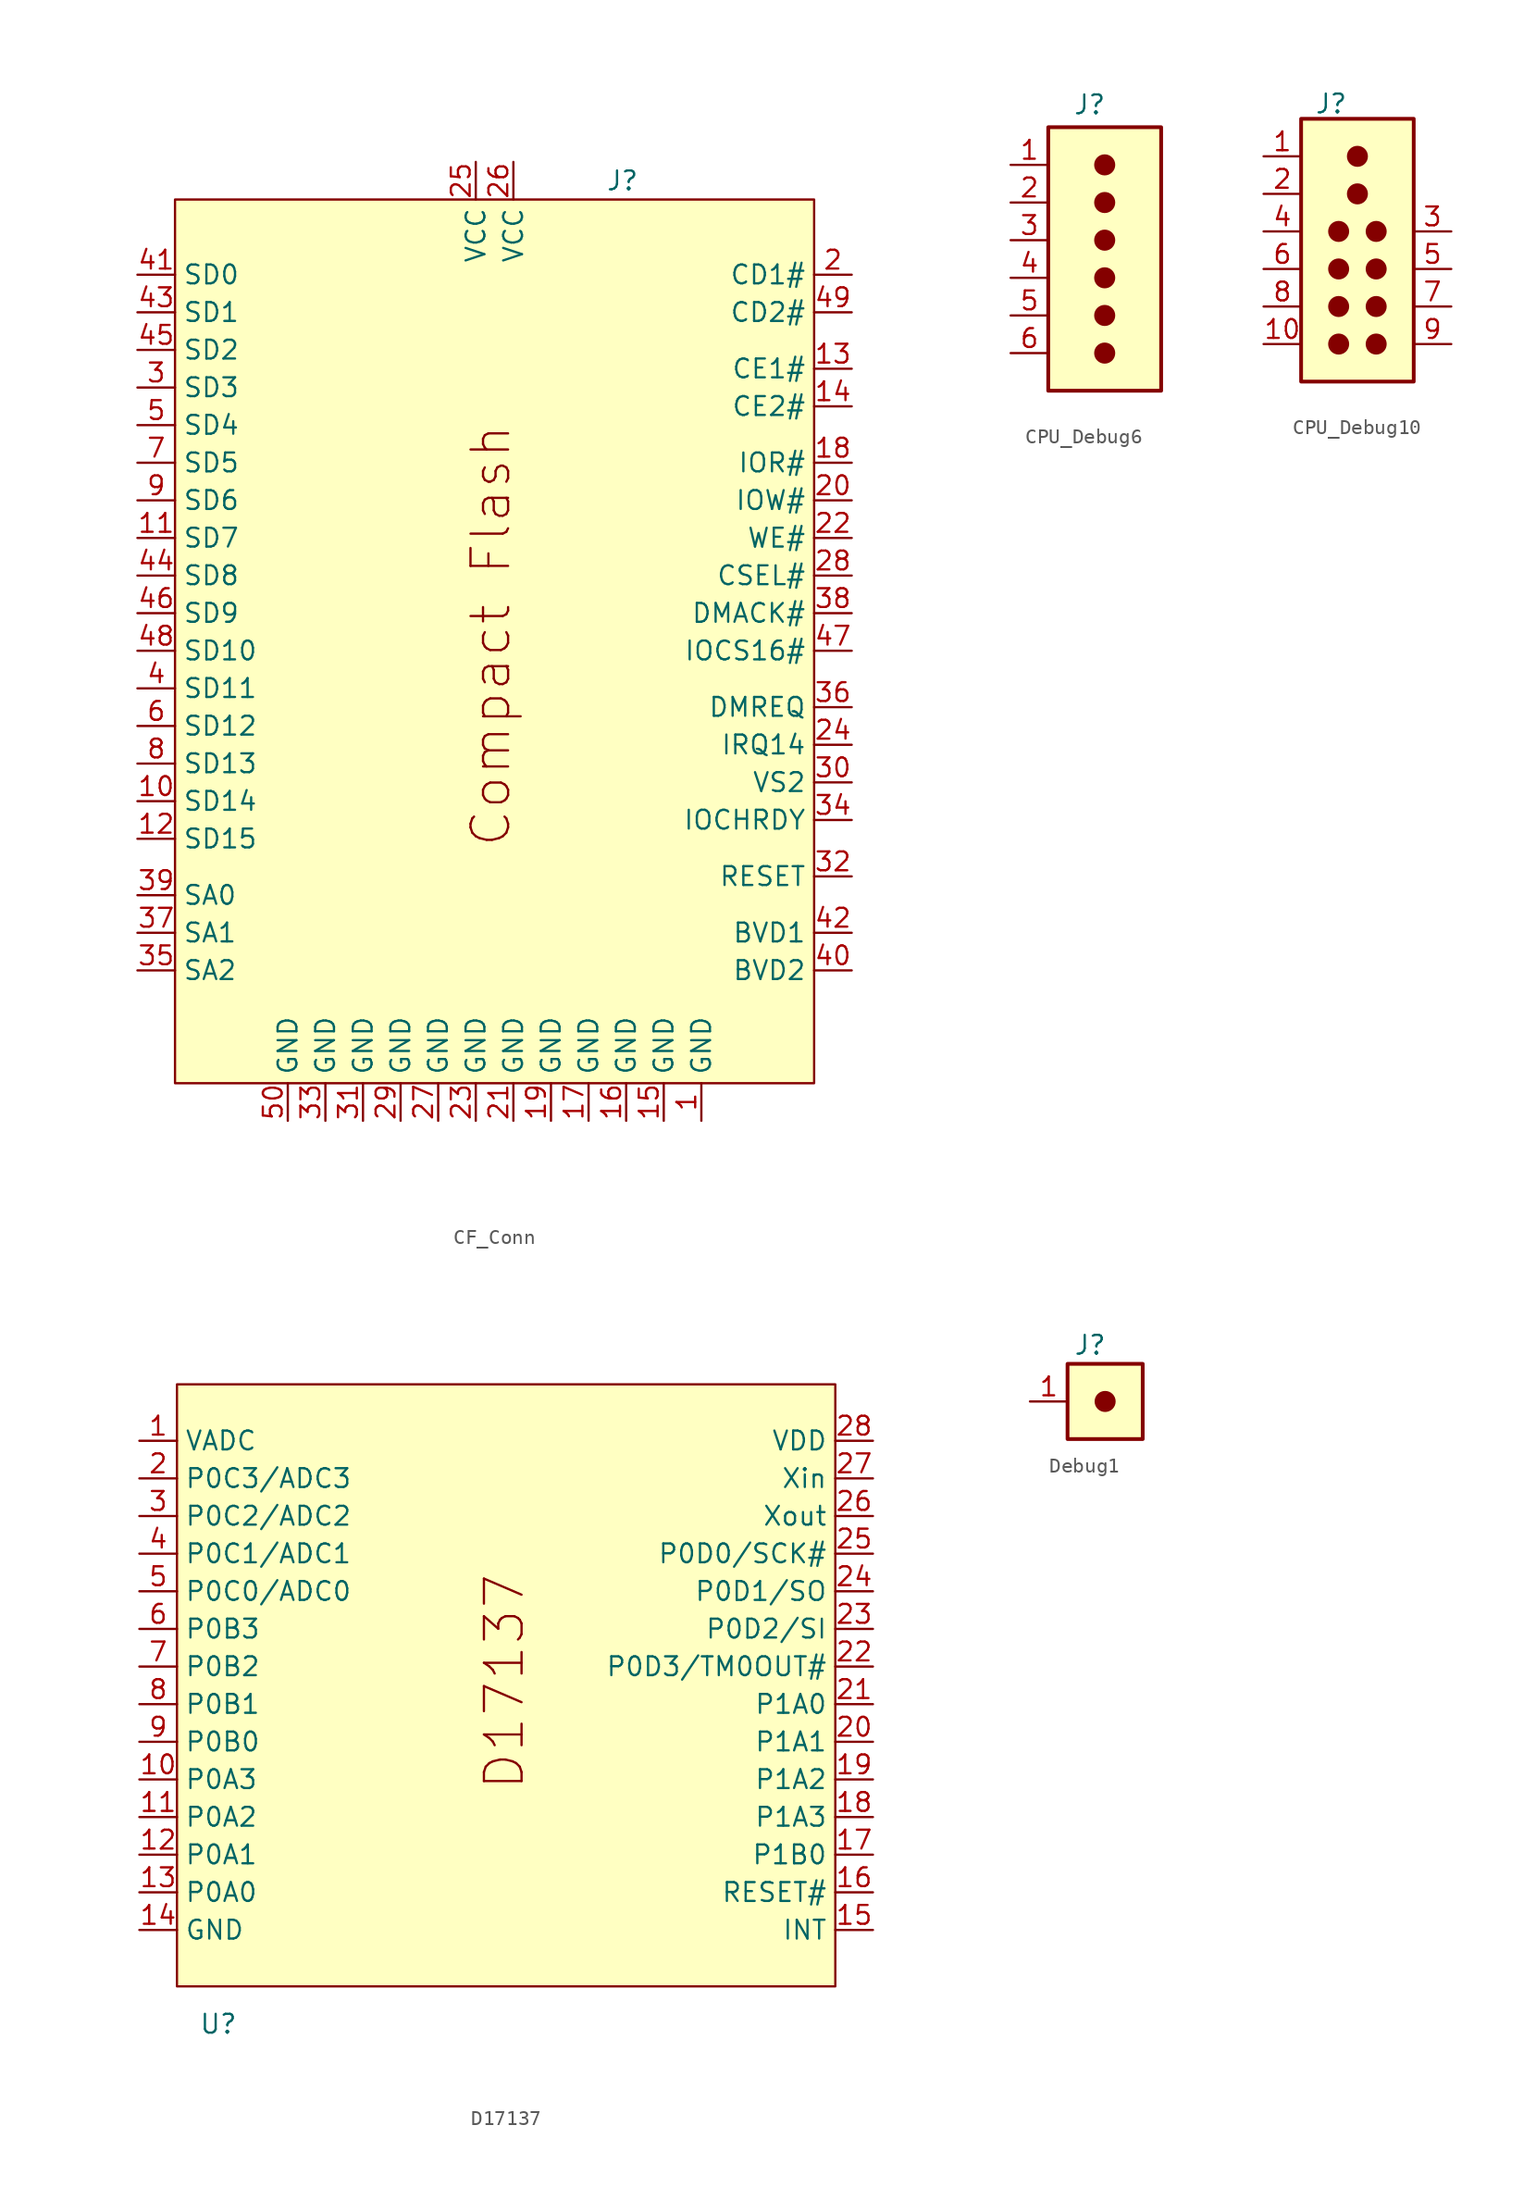
<source format=kicad_sym>
(kicad_symbol_lib
  (version 20241209)
  (generator "kicad_symbol_editor")
  (generator_version "9.0")
  (symbol "CF_Conn"
    (property "Reference" "J"
      (at 8.636 30.48 0)
      (effects (font (size 1.27 1.27))))
    (property "Value" ""
      (at 0 0 0)
      (effects (font (size 1.27 1.27))))
    (symbol "CF_Conn_1_1"
      (rectangle (start -21.59 29.21) (end 21.59 -30.48) (stroke (width 0) (type solid)) (fill (type color) (color 255 255 194 1)))
      (text "Compact Flash" (at -0.254 -0.254 900) (effects (font (size 2.54 2.54))))
      (pin bidirectional line (at -24.13 24.13 0) (length 2.54) (name "SD0" (effects (font (size 1.27 1.27)))) (number "41" (effects (font (size 1.27 1.27)))))
      (pin bidirectional line (at -24.13 21.59 0) (length 2.54) (name "SD1" (effects (font (size 1.27 1.27)))) (number "43" (effects (font (size 1.27 1.27)))))
      (pin bidirectional line (at -24.13 19.05 0) (length 2.54) (name "SD2" (effects (font (size 1.27 1.27)))) (number "45" (effects (font (size 1.27 1.27)))))
      (pin bidirectional line (at -24.13 16.51 0) (length 2.54) (name "SD3" (effects (font (size 1.27 1.27)))) (number "3" (effects (font (size 1.27 1.27)))))
      (pin bidirectional line (at -24.13 13.97 0) (length 2.54) (name "SD4" (effects (font (size 1.27 1.27)))) (number "5" (effects (font (size 1.27 1.27)))))
      (pin bidirectional line (at -24.13 11.43 0) (length 2.54) (name "SD5" (effects (font (size 1.27 1.27)))) (number "7" (effects (font (size 1.27 1.27)))))
      (pin bidirectional line (at -24.13 8.89 0) (length 2.54) (name "SD6" (effects (font (size 1.27 1.27)))) (number "9" (effects (font (size 1.27 1.27)))))
      (pin bidirectional line (at -24.13 6.35 0) (length 2.54) (name "SD7" (effects (font (size 1.27 1.27)))) (number "11" (effects (font (size 1.27 1.27)))))
      (pin bidirectional line (at -24.13 3.81 0) (length 2.54) (name "SD8" (effects (font (size 1.27 1.27)))) (number "44" (effects (font (size 1.27 1.27)))))
      (pin bidirectional line (at -24.13 1.27 0) (length 2.54) (name "SD9" (effects (font (size 1.27 1.27)))) (number "46" (effects (font (size 1.27 1.27)))))
      (pin bidirectional line (at -24.13 -1.27 0) (length 2.54) (name "SD10" (effects (font (size 1.27 1.27)))) (number "48" (effects (font (size 1.27 1.27)))))
      (pin bidirectional line (at -24.13 -3.81 0) (length 2.54) (name "SD11" (effects (font (size 1.27 1.27)))) (number "4" (effects (font (size 1.27 1.27)))))
      (pin bidirectional line (at -24.13 -6.35 0) (length 2.54) (name "SD12" (effects (font (size 1.27 1.27)))) (number "6" (effects (font (size 1.27 1.27)))))
      (pin bidirectional line (at -24.13 -8.89 0) (length 2.54) (name "SD13" (effects (font (size 1.27 1.27)))) (number "8" (effects (font (size 1.27 1.27)))))
      (pin bidirectional line (at -24.13 -11.43 0) (length 2.54) (name "SD14" (effects (font (size 1.27 1.27)))) (number "10" (effects (font (size 1.27 1.27)))))
      (pin bidirectional line (at -24.13 -13.97 0) (length 2.54) (name "SD15" (effects (font (size 1.27 1.27)))) (number "12" (effects (font (size 1.27 1.27)))))
      (pin bidirectional line (at -24.13 -17.78 0) (length 2.54) (name "SA0" (effects (font (size 1.27 1.27)))) (number "39" (effects (font (size 1.27 1.27)))))
      (pin bidirectional line (at -24.13 -20.32 0) (length 2.54) (name "SA1" (effects (font (size 1.27 1.27)))) (number "37" (effects (font (size 1.27 1.27)))))
      (pin bidirectional line (at -24.13 -22.86 0) (length 2.54) (name "SA2" (effects (font (size 1.27 1.27)))) (number "35" (effects (font (size 1.27 1.27)))))
      (pin power_in line (at -13.97 -33.02 90) (length 2.54) (name "GND" (effects (font (size 1.27 1.27)))) (number "50" (effects (font (size 1.27 1.27)))))
      (pin power_in line (at -11.43 -33.02 90) (length 2.54) (name "GND" (effects (font (size 1.27 1.27)))) (number "33" (effects (font (size 1.27 1.27)))))
      (pin power_in line (at -8.89 -33.02 90) (length 2.54) (name "GND" (effects (font (size 1.27 1.27)))) (number "31" (effects (font (size 1.27 1.27)))))
      (pin power_in line (at -6.35 -33.02 90) (length 2.54) (name "GND" (effects (font (size 1.27 1.27)))) (number "29" (effects (font (size 1.27 1.27)))))
      (pin power_in line (at -3.81 -33.02 90) (length 2.54) (name "GND" (effects (font (size 1.27 1.27)))) (number "27" (effects (font (size 1.27 1.27)))))
      (pin power_in line (at -1.27 31.75 270) (length 2.54) (name "VCC" (effects (font (size 1.27 1.27)))) (number "25" (effects (font (size 1.27 1.27)))))
      (pin power_in line (at -1.27 -33.02 90) (length 2.54) (name "GND" (effects (font (size 1.27 1.27)))) (number "23" (effects (font (size 1.27 1.27)))))
      (pin power_in line (at 1.27 31.75 270) (length 2.54) (name "VCC" (effects (font (size 1.27 1.27)))) (number "26" (effects (font (size 1.27 1.27)))))
      (pin power_in line (at 1.27 -33.02 90) (length 2.54) (name "GND" (effects (font (size 1.27 1.27)))) (number "21" (effects (font (size 1.27 1.27)))))
      (pin power_in line (at 3.81 -33.02 90) (length 2.54) (name "GND" (effects (font (size 1.27 1.27)))) (number "19" (effects (font (size 1.27 1.27)))))
      (pin power_in line (at 6.35 -33.02 90) (length 2.54) (name "GND" (effects (font (size 1.27 1.27)))) (number "17" (effects (font (size 1.27 1.27)))))
      (pin power_in line (at 8.89 -33.02 90) (length 2.54) (name "GND" (effects (font (size 1.27 1.27)))) (number "16" (effects (font (size 1.27 1.27)))))
      (pin power_in line (at 11.43 -33.02 90) (length 2.54) (name "GND" (effects (font (size 1.27 1.27)))) (number "15" (effects (font (size 1.27 1.27)))))
      (pin power_in line (at 13.97 -33.02 90) (length 2.54) (name "GND" (effects (font (size 1.27 1.27)))) (number "1" (effects (font (size 1.27 1.27)))))
      (pin bidirectional line (at 24.13 24.13 180) (length 2.54) (name "CD1#" (effects (font (size 1.27 1.27)))) (number "2" (effects (font (size 1.27 1.27)))))
      (pin bidirectional line (at 24.13 21.59 180) (length 2.54) (name "CD2#" (effects (font (size 1.27 1.27)))) (number "49" (effects (font (size 1.27 1.27)))))
      (pin bidirectional line (at 24.13 17.78 180) (length 2.54) (name "CE1#" (effects (font (size 1.27 1.27)))) (number "13" (effects (font (size 1.27 1.27)))))
      (pin bidirectional line (at 24.13 15.24 180) (length 2.54) (name "CE2#" (effects (font (size 1.27 1.27)))) (number "14" (effects (font (size 1.27 1.27)))))
      (pin bidirectional line (at 24.13 11.43 180) (length 2.54) (name "IOR#" (effects (font (size 1.27 1.27)))) (number "18" (effects (font (size 1.27 1.27)))))
      (pin bidirectional line (at 24.13 8.89 180) (length 2.54) (name "IOW#" (effects (font (size 1.27 1.27)))) (number "20" (effects (font (size 1.27 1.27)))))
      (pin bidirectional line (at 24.13 6.35 180) (length 2.54) (name "WE#" (effects (font (size 1.27 1.27)))) (number "22" (effects (font (size 1.27 1.27)))))
      (pin bidirectional line (at 24.13 3.81 180) (length 2.54) (name "CSEL#" (effects (font (size 1.27 1.27)))) (number "28" (effects (font (size 1.27 1.27)))))
      (pin bidirectional line (at 24.13 1.27 180) (length 2.54) (name "DMACK#" (effects (font (size 1.27 1.27)))) (number "38" (effects (font (size 1.27 1.27)))))
      (pin bidirectional line (at 24.13 -1.27 180) (length 2.54) (name "IOCS16#" (effects (font (size 1.27 1.27)))) (number "47" (effects (font (size 1.27 1.27)))))
      (pin bidirectional line (at 24.13 -5.08 180) (length 2.54) (name "DMREQ" (effects (font (size 1.27 1.27)))) (number "36" (effects (font (size 1.27 1.27)))))
      (pin bidirectional line (at 24.13 -7.62 180) (length 2.54) (name "IRQ14" (effects (font (size 1.27 1.27)))) (number "24" (effects (font (size 1.27 1.27)))))
      (pin bidirectional line (at 24.13 -10.16 180) (length 2.54) (name "VS2" (effects (font (size 1.27 1.27)))) (number "30" (effects (font (size 1.27 1.27)))))
      (pin bidirectional line (at 24.13 -12.7 180) (length 2.54) (name "IOCHRDY" (effects (font (size 1.27 1.27)))) (number "34" (effects (font (size 1.27 1.27)))))
      (pin bidirectional line (at 24.13 -16.51 180) (length 2.54) (name "RESET" (effects (font (size 1.27 1.27)))) (number "32" (effects (font (size 1.27 1.27)))))
      (pin bidirectional line (at 24.13 -20.32 180) (length 2.54) (name "BVD1" (effects (font (size 1.27 1.27)))) (number "42" (effects (font (size 1.27 1.27)))))
      (pin bidirectional line (at 24.13 -22.86 180) (length 2.54) (name "BVD2" (effects (font (size 1.27 1.27)))) (number "40" (effects (font (size 1.27 1.27)))))))
  (symbol "CPU_Debug6"
    (property "Reference" "J"
      (at -1.016 10.414 0)
      (effects (font (size 1.27 1.27))))
    (property "Value" ""
      (at 0 0 0)
      (effects (font (size 1.27 1.27))))
    (symbol "CPU_Debug6_1_1"
      (rectangle (start -3.81 8.89) (end 3.81 -8.89) (stroke (width 0.254) (type default)) (fill (type background)))
      (circle (center 0 6.35) (radius 0.635) (stroke (width 0) (type default)) (fill (type outline)))
      (circle (center 0 3.81) (radius 0.635) (stroke (width 0) (type default)) (fill (type outline)))
      (circle (center 0 1.27) (radius 0.635) (stroke (width 0) (type default)) (fill (type outline)))
      (circle (center 0 -1.27) (radius 0.635) (stroke (width 0) (type default)) (fill (type outline)))
      (circle (center 0 -3.81) (radius 0.635) (stroke (width 0) (type default)) (fill (type outline)))
      (circle (center 0 -6.35) (radius 0.635) (stroke (width 0) (type default)) (fill (type outline)))
      (pin passive line (at -6.35 6.35 0) (length 2.54) (name "~" (effects (font (size 1.27 1.27)))) (number "1" (effects (font (size 1.27 1.27)))))
      (pin passive line (at -6.35 3.81 0) (length 2.54) (name "~" (effects (font (size 1.27 1.27)))) (number "2" (effects (font (size 1.27 1.27)))))
      (pin passive line (at -6.35 1.27 0) (length 2.54) (name "~" (effects (font (size 1.27 1.27)))) (number "3" (effects (font (size 1.27 1.27)))))
      (pin passive line (at -6.35 -1.27 0) (length 2.54) (name "~" (effects (font (size 1.27 1.27)))) (number "4" (effects (font (size 1.27 1.27)))))
      (pin passive line (at -6.35 -3.81 0) (length 2.54) (name "~" (effects (font (size 1.27 1.27)))) (number "5" (effects (font (size 1.27 1.27)))))
      (pin passive line (at -6.35 -6.35 0) (length 2.54) (name "~" (effects (font (size 1.27 1.27)))) (number "6" (effects (font (size 1.27 1.27)))))))
  (symbol "CPU_Debug10"
    (property "Reference" "J"
      (at -1.778 9.906 0)
      (effects (font (size 1.27 1.27))))
    (property "Value" ""
      (at 0 0 0)
      (effects (font (size 1.27 1.27))))
    (symbol "CPU_Debug10_1_1"
      (rectangle (start -3.81 8.89) (end 3.81 -8.89) (stroke (width 0.254) (type default)) (fill (type background)))
      (circle (center -1.27 1.27) (radius 0.635) (stroke (width 0) (type default)) (fill (type outline)))
      (circle (center -1.27 -1.27) (radius 0.635) (stroke (width 0) (type default)) (fill (type outline)))
      (circle (center -1.27 -3.81) (radius 0.635) (stroke (width 0) (type default)) (fill (type outline)))
      (circle (center -1.27 -6.35) (radius 0.635) (stroke (width 0) (type default)) (fill (type outline)))
      (circle (center 0 6.35) (radius 0.635) (stroke (width 0) (type default)) (fill (type outline)))
      (circle (center 0 3.81) (radius 0.635) (stroke (width 0) (type default)) (fill (type outline)))
      (circle (center 1.27 1.27) (radius 0.635) (stroke (width 0) (type default)) (fill (type outline)))
      (circle (center 1.27 -1.27) (radius 0.635) (stroke (width 0) (type default)) (fill (type outline)))
      (circle (center 1.27 -3.81) (radius 0.635) (stroke (width 0) (type default)) (fill (type outline)))
      (circle (center 1.27 -6.35) (radius 0.635) (stroke (width 0) (type default)) (fill (type outline)))
      (pin passive line (at -6.35 6.35 0) (length 2.54) (name "~" (effects (font (size 1.27 1.27)))) (number "1" (effects (font (size 1.27 1.27)))))
      (pin passive line (at -6.35 3.81 0) (length 2.54) (name "~" (effects (font (size 1.27 1.27)))) (number "2" (effects (font (size 1.27 1.27)))))
      (pin passive line (at -6.35 1.27 0) (length 2.54) (name "~" (effects (font (size 1.27 1.27)))) (number "4" (effects (font (size 1.27 1.27)))))
      (pin passive line (at -6.35 -1.27 0) (length 2.54) (name "~" (effects (font (size 1.27 1.27)))) (number "6" (effects (font (size 1.27 1.27)))))
      (pin passive line (at -6.35 -3.81 0) (length 2.54) (name "~" (effects (font (size 1.27 1.27)))) (number "8" (effects (font (size 1.27 1.27)))))
      (pin passive line (at -6.35 -6.35 0) (length 2.54) (name "~" (effects (font (size 1.27 1.27)))) (number "10" (effects (font (size 1.27 1.27)))))
      (pin passive line (at 6.35 1.27 180) (length 2.54) (name "~" (effects (font (size 1.27 1.27)))) (number "3" (effects (font (size 1.27 1.27)))))
      (pin passive line (at 6.35 -1.27 180) (length 2.54) (name "~" (effects (font (size 1.27 1.27)))) (number "5" (effects (font (size 1.27 1.27)))))
      (pin passive line (at 6.35 -3.81 180) (length 2.54) (name "~" (effects (font (size 1.27 1.27)))) (number "7" (effects (font (size 1.27 1.27)))))
      (pin passive line (at 6.35 -6.35 180) (length 2.54) (name "~" (effects (font (size 1.27 1.27)))) (number "9" (effects (font (size 1.27 1.27)))))))
  (symbol "D17137"
    (property "Reference" "U"
      (at -18.796 -22.86 0)
      (effects (font (size 1.27 1.27))))
    (property "Value" ""
      (at 0 0 0)
      (effects (font (size 1.27 1.27))))
    (symbol "D17137_1_1"
      (rectangle (start -21.59 20.32) (end 22.86 -20.32) (stroke (width 0) (type solid)) (fill (type color) (color 255 255 194 1)))
      (text "D17137" (at 0.508 0.254 900) (effects (font (size 2.54 2.54))))
      (pin power_in line (at -24.13 16.51 0) (length 2.54) (name "VADC" (effects (font (size 1.27 1.27)))) (number "1" (effects (font (size 1.27 1.27)))))
      (pin bidirectional line (at -24.13 13.97 0) (length 2.54) (name "P0C3/ADC3" (effects (font (size 1.27 1.27)))) (number "2" (effects (font (size 1.27 1.27)))))
      (pin bidirectional line (at -24.13 11.43 0) (length 2.54) (name "P0C2/ADC2" (effects (font (size 1.27 1.27)))) (number "3" (effects (font (size 1.27 1.27)))))
      (pin bidirectional line (at -24.13 8.89 0) (length 2.54) (name "P0C1/ADC1" (effects (font (size 1.27 1.27)))) (number "4" (effects (font (size 1.27 1.27)))))
      (pin bidirectional line (at -24.13 6.35 0) (length 2.54) (name "P0C0/ADC0" (effects (font (size 1.27 1.27)))) (number "5" (effects (font (size 1.27 1.27)))))
      (pin bidirectional line (at -24.13 3.81 0) (length 2.54) (name "P0B3" (effects (font (size 1.27 1.27)))) (number "6" (effects (font (size 1.27 1.27)))))
      (pin bidirectional line (at -24.13 1.27 0) (length 2.54) (name "P0B2" (effects (font (size 1.27 1.27)))) (number "7" (effects (font (size 1.27 1.27)))))
      (pin bidirectional line (at -24.13 -1.27 0) (length 2.54) (name "P0B1" (effects (font (size 1.27 1.27)))) (number "8" (effects (font (size 1.27 1.27)))))
      (pin bidirectional line (at -24.13 -3.81 0) (length 2.54) (name "P0B0" (effects (font (size 1.27 1.27)))) (number "9" (effects (font (size 1.27 1.27)))))
      (pin bidirectional line (at -24.13 -6.35 0) (length 2.54) (name "P0A3" (effects (font (size 1.27 1.27)))) (number "10" (effects (font (size 1.27 1.27)))))
      (pin bidirectional line (at -24.13 -8.89 0) (length 2.54) (name "P0A2" (effects (font (size 1.27 1.27)))) (number "11" (effects (font (size 1.27 1.27)))))
      (pin bidirectional line (at -24.13 -11.43 0) (length 2.54) (name "P0A1" (effects (font (size 1.27 1.27)))) (number "12" (effects (font (size 1.27 1.27)))))
      (pin bidirectional line (at -24.13 -13.97 0) (length 2.54) (name "P0A0" (effects (font (size 1.27 1.27)))) (number "13" (effects (font (size 1.27 1.27)))))
      (pin power_in line (at -24.13 -16.51 0) (length 2.54) (name "GND" (effects (font (size 1.27 1.27)))) (number "14" (effects (font (size 1.27 1.27)))))
      (pin power_in line (at 25.4 16.51 180) (length 2.54) (name "VDD" (effects (font (size 1.27 1.27)))) (number "28" (effects (font (size 1.27 1.27)))))
      (pin input line (at 25.4 13.97 180) (length 2.54) (name "Xin" (effects (font (size 1.27 1.27)))) (number "27" (effects (font (size 1.27 1.27)))))
      (pin output line (at 25.4 11.43 180) (length 2.54) (name "Xout" (effects (font (size 1.27 1.27)))) (number "26" (effects (font (size 1.27 1.27)))))
      (pin bidirectional line (at 25.4 8.89 180) (length 2.54) (name "P0D0/SCK#" (effects (font (size 1.27 1.27)))) (number "25" (effects (font (size 1.27 1.27)))))
      (pin bidirectional line (at 25.4 6.35 180) (length 2.54) (name "P0D1/SO" (effects (font (size 1.27 1.27)))) (number "24" (effects (font (size 1.27 1.27)))))
      (pin bidirectional line (at 25.4 3.81 180) (length 2.54) (name "P0D2/SI" (effects (font (size 1.27 1.27)))) (number "23" (effects (font (size 1.27 1.27)))))
      (pin bidirectional line (at 25.4 1.27 180) (length 2.54) (name "P0D3/TM0OUT#" (effects (font (size 1.27 1.27)))) (number "22" (effects (font (size 1.27 1.27)))))
      (pin bidirectional line (at 25.4 -1.27 180) (length 2.54) (name "P1A0" (effects (font (size 1.27 1.27)))) (number "21" (effects (font (size 1.27 1.27)))))
      (pin bidirectional line (at 25.4 -3.81 180) (length 2.54) (name "P1A1" (effects (font (size 1.27 1.27)))) (number "20" (effects (font (size 1.27 1.27)))))
      (pin bidirectional line (at 25.4 -6.35 180) (length 2.54) (name "P1A2" (effects (font (size 1.27 1.27)))) (number "19" (effects (font (size 1.27 1.27)))))
      (pin bidirectional line (at 25.4 -8.89 180) (length 2.54) (name "P1A3" (effects (font (size 1.27 1.27)))) (number "18" (effects (font (size 1.27 1.27)))))
      (pin bidirectional line (at 25.4 -11.43 180) (length 2.54) (name "P1B0" (effects (font (size 1.27 1.27)))) (number "17" (effects (font (size 1.27 1.27)))))
      (pin input line (at 25.4 -13.97 180) (length 2.54) (name "RESET#" (effects (font (size 1.27 1.27)))) (number "16" (effects (font (size 1.27 1.27)))))
      (pin input line (at 25.4 -16.51 180) (length 2.54) (name "INT" (effects (font (size 1.27 1.27)))) (number "15" (effects (font (size 1.27 1.27)))))))
  (symbol "Debug1"
    (property "Reference" "J"
      (at -1.016 3.81 0)
      (effects (font (size 1.27 1.27))))
    (property "Value" ""
      (at 0 0 0)
      (effects (font (size 1.27 1.27))))
    (symbol "Debug1_1_1"
      (rectangle (start -2.54 2.54) (end 2.54 -2.54) (stroke (width 0.254) (type default)) (fill (type background)))
      (circle (center 0 0) (radius 0.635) (stroke (width 0) (type default)) (fill (type outline)))
      (pin passive line (at -5.08 0 0) (length 2.54) (name "~" (effects (font (size 1.27 1.27)))) (number "1" (effects (font (size 1.27 1.27))))))))
</source>
